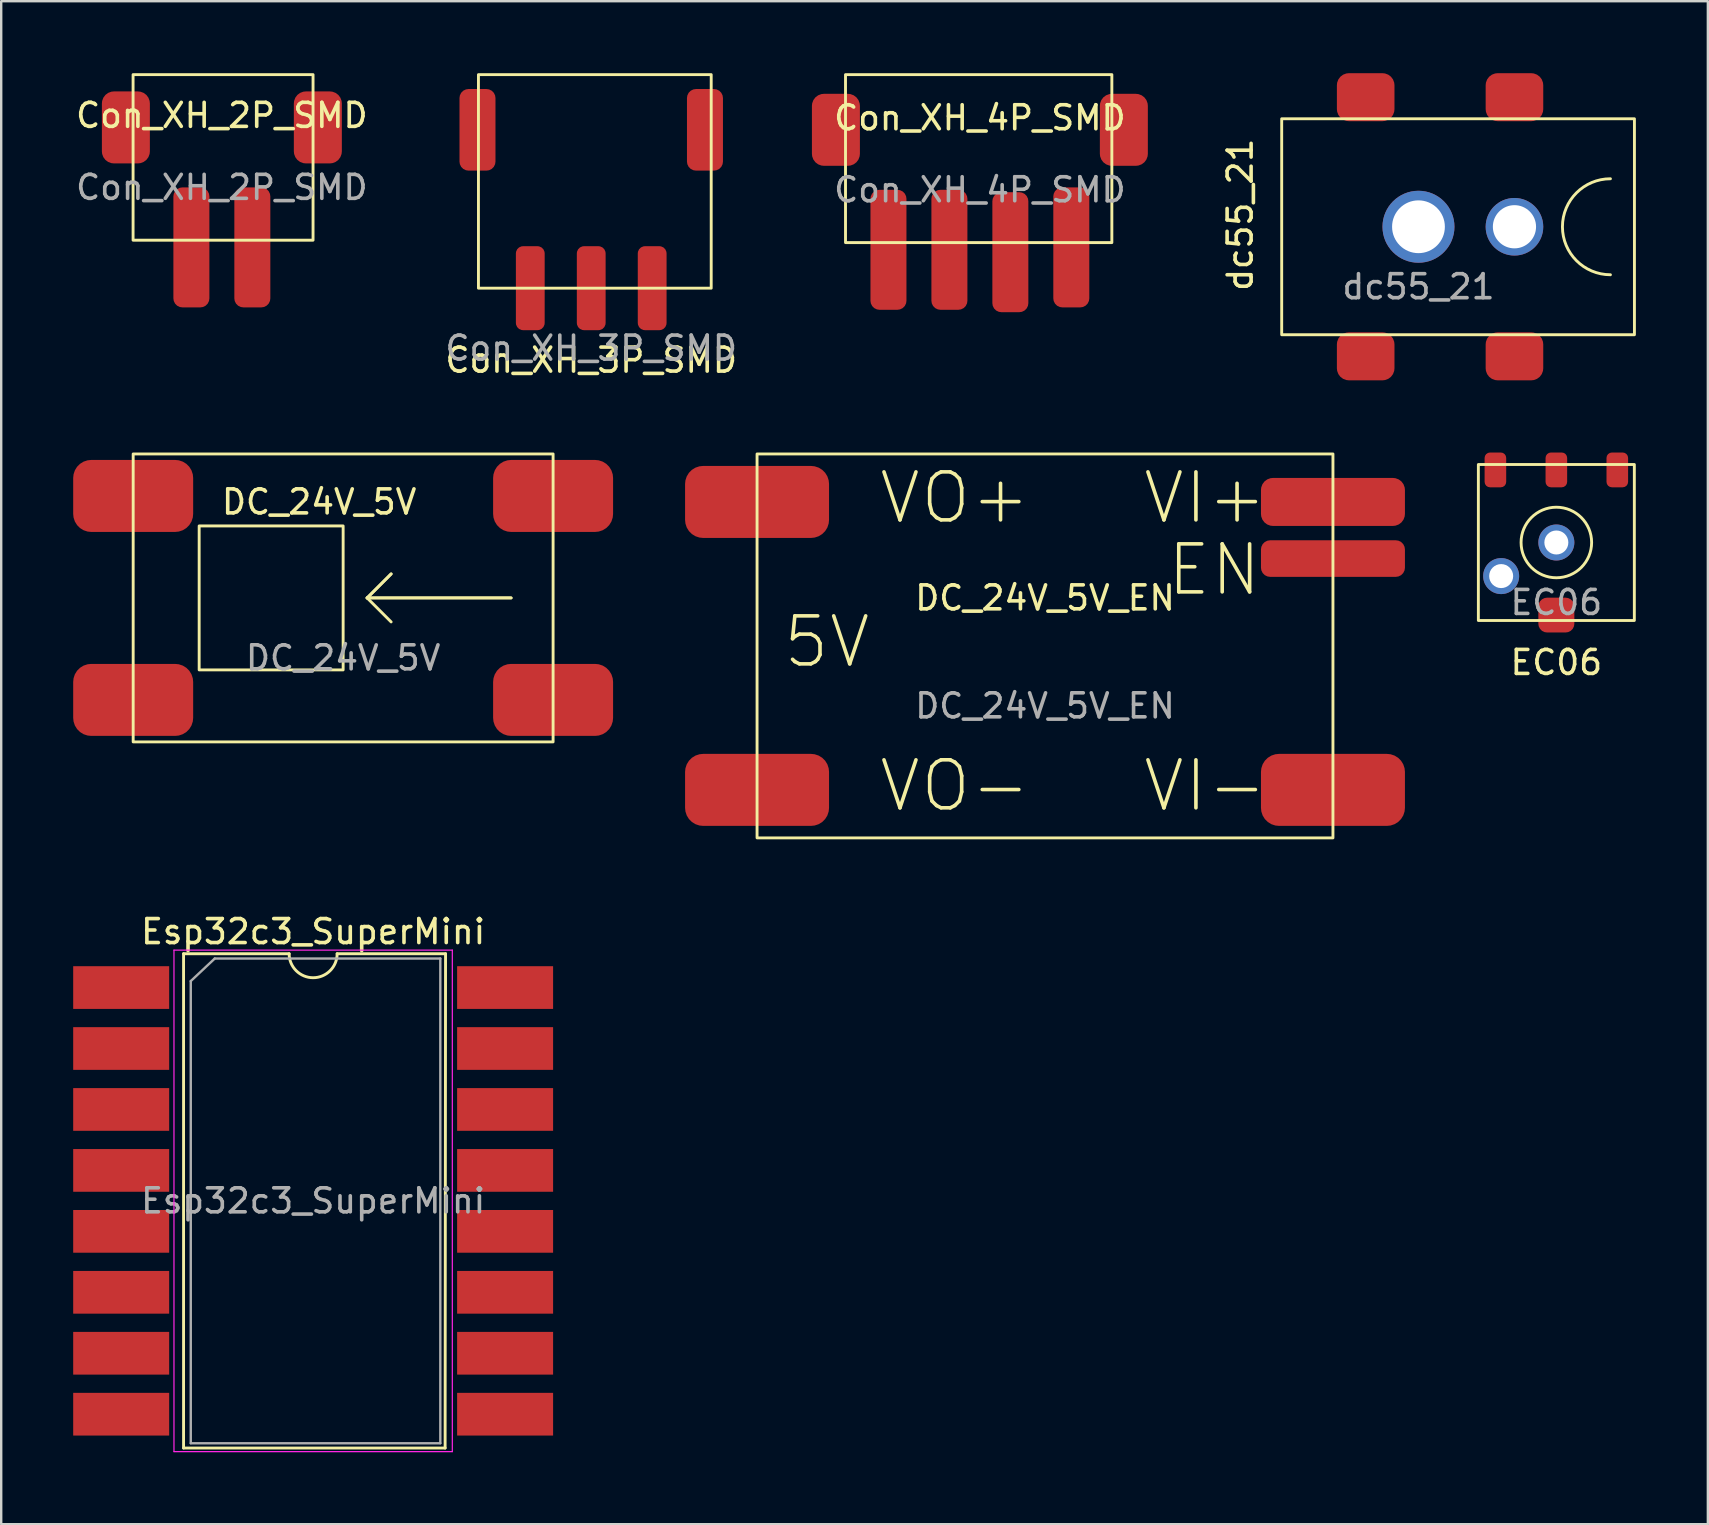
<source format=kicad_pcb>
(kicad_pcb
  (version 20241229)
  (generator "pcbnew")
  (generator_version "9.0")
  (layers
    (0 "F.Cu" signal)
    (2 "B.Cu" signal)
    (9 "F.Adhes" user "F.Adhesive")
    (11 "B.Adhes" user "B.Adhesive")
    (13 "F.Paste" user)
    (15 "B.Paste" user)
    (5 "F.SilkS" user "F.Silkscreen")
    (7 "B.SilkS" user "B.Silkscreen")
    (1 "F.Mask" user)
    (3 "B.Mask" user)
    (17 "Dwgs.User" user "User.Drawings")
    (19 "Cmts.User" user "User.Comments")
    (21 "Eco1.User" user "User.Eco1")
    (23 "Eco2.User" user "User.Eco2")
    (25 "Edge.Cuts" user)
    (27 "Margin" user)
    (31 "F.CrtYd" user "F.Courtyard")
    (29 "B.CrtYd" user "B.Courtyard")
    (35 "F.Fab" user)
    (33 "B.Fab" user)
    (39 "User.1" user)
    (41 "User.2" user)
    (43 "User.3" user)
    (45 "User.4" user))
  (footprint "Con_XH_3P_SMD"
    (layer "F.Cu")
    (at 21.589 8.96)
    (property "Reference" "Con_XH_3P_SMD" (at 0 3 0) (unlocked yes) (layer "F.SilkS") (effects (font (size 1 1) (thickness 0.15))))
    (attr smd)
    (fp_rect (start -4.7 -8.9) (end 5 0) (stroke (width 0.12) (type default)) (fill no) (layer "F.SilkS"))
    (fp_text user "${REFERENCE}" (at 0 2.5 0) (unlocked yes) (layer "F.Fab") (effects (font (size 1 1) (thickness 0.15))))
    (pad "1" smd roundrect (at -2.54 0) (size 1.2 3.5) (layers "F.Cu" "F.Mask" "F.Paste") (roundrect_rratio 0.25))
    (pad "2" smd roundrect (at 0 0) (size 1.2 3.5) (layers "F.Cu" "F.Mask" "F.Paste") (roundrect_rratio 0.25))
    (pad "3" smd roundrect (at 2.54 0) (size 1.2 3.5) (layers "F.Cu" "F.Mask" "F.Paste") (roundrect_rratio 0.25))
    (pad "MP" smd roundrect (at -4.74 -6.6) (size 1.5 3.4) (layers "F.Cu" "F.Mask" "F.Paste") (roundrect_rratio 0.25))
    (pad "MP" smd roundrect (at 4.74 -6.6) (size 1.5 3.4) (layers "F.Cu" "F.Mask" "F.Paste") (roundrect_rratio 0.25)))
  (footprint "Con_XH_4P_SMD"
    (layer "F.Cu")
    (at 37.786 2.36)
    (property "Reference" "Con_XH_4P_SMD" (at 0 -0.5 0) (unlocked yes) (layer "F.SilkS") (effects (font (size 1 1) (thickness 0.15))))
    (attr smd)
    (fp_rect (start -5.6 -2.3) (end 5.5 4.7) (stroke (width 0.12) (type default)) (fill no) (layer "F.SilkS"))
    (fp_text user "${REFERENCE}" (at 0 2.5 0) (unlocked yes) (layer "F.Fab") (effects (font (size 1 1) (thickness 0.15))))
    (pad "1" smd roundrect (at -3.81 5) (size 1.5 5) (layers "F.Cu" "F.Mask" "F.Paste") (roundrect_rratio 0.25))
    (pad "2" smd roundrect (at -1.27 5) (size 1.5 5) (layers "F.Cu" "F.Mask" "F.Paste") (roundrect_rratio 0.25))
    (pad "3" smd roundrect (at -6 0) (size 2 3) (layers "F.Cu" "F.Mask" "F.Paste") (roundrect_rratio 0.25))
    (pad "3" smd roundrect (at 1.27 5.1) (size 1.5 5) (layers "F.Cu" "F.Mask" "F.Paste") (roundrect_rratio 0.25))
    (pad "4" smd roundrect (at 3.81 4.9) (size 1.5 5) (layers "F.Cu" "F.Mask" "F.Paste") (roundrect_rratio 0.25))
    (pad "4" smd roundrect (at 6 0) (size 2 3) (layers "F.Cu" "F.Mask" "F.Paste") (roundrect_rratio 0.25)))
  (footprint "DC_24V_5V"
    (layer "F.Cu")
    (at 11.25 21.868)
    (property "Reference" "DC_24V_5V" (at -1 -4 0) (unlocked yes) (layer "F.SilkS") (effects (font (size 1 1) (thickness 0.15))))
    (attr smd)
    (fp_line (start 1 0) (end 2 -1) (stroke (width 0.12) (type default)) (layer "F.SilkS"))
    (fp_line (start 1 0) (end 2 1) (stroke (width 0.12) (type default)) (layer "F.SilkS"))
    (fp_line (start 1 0) (end 7 0) (stroke (width 0.12) (type default)) (layer "F.SilkS"))
    (fp_line (start 2 -1) (end 1 0) (stroke (width 0.12) (type default)) (layer "F.SilkS"))
    (fp_line (start 7 0) (end 1 0) (stroke (width 0.12) (type default)) (layer "F.SilkS"))
    (fp_rect (start -8.75 -6) (end 8.75 6) (stroke (width 0.12) (type default)) (fill no) (layer "F.SilkS"))
    (fp_rect (start -6 -3) (end 0 3) (stroke (width 0.12) (type default)) (fill no) (layer "F.SilkS"))
    (fp_text user "${REFERENCE}" (at 0 2.5 0) (unlocked yes) (layer "F.Fab") (effects (font (size 1 1) (thickness 0.15))))
    (pad "1" smd roundrect (at -8.75 -4.25) (size 5 3) (layers "F.Cu" "F.Mask" "F.Paste") (roundrect_rratio 0.25))
    (pad "2" smd roundrect (at -8.75 4.25) (size 5 3) (layers "F.Cu" "F.Mask" "F.Paste") (roundrect_rratio 0.25))
    (pad "3" smd roundrect (at 8.75 -4.25) (size 5 3) (layers "F.Cu" "F.Mask" "F.Paste") (roundrect_rratio 0.25))
    (pad "4" smd roundrect (at 8.75 4.25) (size 5 3) (layers "F.Cu" "F.Mask" "F.Paste") (roundrect_rratio 0.25)))
  (footprint "Esp32c3_SuperMini"
    (layer "F.Cu")
    (at 10 46.996)
    (property "Reference" "Esp32c3_SuperMini" (at 0 -11.22 0) (layer "F.SilkS") (effects (font (size 1 1) (thickness 0.15))))
    (attr smd)
    (fp_line (start -5.4 -10.3) (end -5.4 10.3) (stroke (width 0.12) (type solid)) (layer "F.SilkS"))
    (fp_line (start -5.4 10.3) (end 5.5 10.3) (stroke (width 0.12) (type solid)) (layer "F.SilkS"))
    (fp_line (start -1 -10.3) (end -5.4 -10.3) (stroke (width 0.12) (type solid)) (layer "F.SilkS"))
    (fp_line (start 5.5 10.3) (end 5.518 -10.3) (stroke (width 0.12) (type solid)) (layer "F.SilkS"))
    (fp_line (start 5.518 -10.3) (end 1 -10.3) (stroke (width 0.12) (type solid)) (layer "F.SilkS"))
    (fp_arc (start 1 -10.3) (mid 0 -9.3) (end -1 -10.3) (stroke (width 0.12) (type solid)) (layer "F.SilkS"))
    (fp_line (start -5.8 -10.45) (end -5.8 10.45) (stroke (width 0.05) (type solid)) (layer "F.CrtYd"))
    (fp_line (start -5.8 10.45) (end 5.8 10.45) (stroke (width 0.05) (type solid)) (layer "F.CrtYd"))
    (fp_line (start 5.8 -10.45) (end -5.8 -10.45) (stroke (width 0.05) (type solid)) (layer "F.CrtYd"))
    (fp_line (start 5.8 10.45) (end 5.8 -10.45) (stroke (width 0.05) (type solid)) (layer "F.CrtYd"))
    (fp_line (start -5.1 -9.16) (end -4.1 -10.1) (stroke (width 0.1) (type solid)) (layer "F.Fab"))
    (fp_line (start -5.1 10.1) (end -5.1 -9.16) (stroke (width 0.1) (type solid)) (layer "F.Fab"))
    (fp_line (start -4.1 -10.1) (end 5.3 -10.1) (stroke (width 0.1) (type solid)) (layer "F.Fab"))
    (fp_line (start 5.3 -10.1) (end 5.3 10.1) (stroke (width 0.1) (type solid)) (layer "F.Fab"))
    (fp_line (start 5.3 10.1) (end -5.1 10.1) (stroke (width 0.1) (type solid)) (layer "F.Fab"))
    (fp_text user "${REFERENCE}" (at 0 0 0) (layer "F.Fab") (effects (font (size 1 1) (thickness 0.15))))
    (pad "1" smd rect (at -8 -8.89) (size 4 1.78) (layers "F.Cu" "F.Mask" "F.Paste"))
    (pad "2" smd rect (at -8 -6.35) (size 4 1.78) (layers "F.Cu" "F.Mask" "F.Paste"))
    (pad "3" smd rect (at -8 -3.81) (size 4 1.78) (layers "F.Cu" "F.Mask" "F.Paste"))
    (pad "4" smd rect (at -8 -1.27) (size 4 1.78) (layers "F.Cu" "F.Mask" "F.Paste"))
    (pad "5" smd rect (at -8 1.27) (size 4 1.78) (layers "F.Cu" "F.Mask" "F.Paste"))
    (pad "6" smd rect (at -8 3.81) (size 4 1.78) (layers "F.Cu" "F.Mask" "F.Paste"))
    (pad "7" smd rect (at -8 6.35) (size 4 1.78) (layers "F.Cu" "F.Mask" "F.Paste"))
    (pad "8" smd rect (at -8 8.89) (size 4 1.78) (layers "F.Cu" "F.Mask" "F.Paste"))
    (pad "9" smd rect (at 8 8.89) (size 4 1.78) (layers "F.Cu" "F.Mask" "F.Paste"))
    (pad "10" smd rect (at 8 6.35) (size 4 1.78) (layers "F.Cu" "F.Mask" "F.Paste"))
    (pad "11" smd rect (at 8 3.81) (size 4 1.78) (layers "F.Cu" "F.Mask" "F.Paste"))
    (pad "12" smd rect (at 8 1.27) (size 4 1.78) (layers "F.Cu" "F.Mask" "F.Paste"))
    (pad "13" smd rect (at 8 -1.27) (size 4 1.78) (layers "F.Cu" "F.Mask" "F.Paste"))
    (pad "14" smd rect (at 8 -3.81) (size 4 1.78) (layers "F.Cu" "F.Mask" "F.Paste"))
    (pad "15" smd rect (at 8 -6.35) (size 4 1.78) (layers "F.Cu" "F.Mask" "F.Paste"))
    (pad "16" smd rect (at 8 -8.89) (size 4 1.78) (layers "F.Cu" "F.Mask" "F.Paste")))
  (footprint "DC_24V_5V_EN"
    (layer "F.Cu")
    (at 40.5 23.868)
    (property "Reference" "DC_24V_5V_EN" (at 0 -2 0) (unlocked yes) (layer "F.SilkS") (effects (font (size 1 1) (thickness 0.15))))
    (attr smd)
    (fp_rect (start -12 -8) (end 12 8) (stroke (width 0.12) (type default)) (fill no) (layer "F.SilkS"))
    (fp_text user "VI-" (at 4 7 0) (unlocked yes) (layer "F.SilkS") (effects (font (size 2 2) (thickness 0.15)) (justify left bottom)))
    (fp_text user "EN" (at 5 -2 0) (unlocked yes) (layer "F.SilkS") (effects (font (size 2 2) (thickness 0.15)) (justify left bottom)))
    (fp_text user "VI+" (at 4 -5 0) (unlocked yes) (layer "F.SilkS") (effects (font (size 2 2) (thickness 0.15)) (justify left bottom)))
    (fp_text user "VO-" (at -7 7 0) (unlocked yes) (layer "F.SilkS") (effects (font (size 2 2) (thickness 0.15)) (justify left bottom)))
    (fp_text user "VO+" (at -7 -5 0) (unlocked yes) (layer "F.SilkS") (effects (font (size 2 2) (thickness 0.15)) (justify left bottom)))
    (fp_text user "5V" (at -11 1 0) (unlocked yes) (layer "F.SilkS") (effects (font (size 2 2) (thickness 0.15)) (justify left bottom)))
    (fp_text user "${REFERENCE}" (at 0 2.5 0) (unlocked yes) (layer "F.Fab") (effects (font (size 1 1) (thickness 0.15))))
    (pad "1" smd roundrect (at -12 -6) (size 6 3) (layers "F.Cu" "F.Mask" "F.Paste") (roundrect_rratio 0.25))
    (pad "2" smd roundrect (at -12 6) (size 6 3) (layers "F.Cu" "F.Mask" "F.Paste") (roundrect_rratio 0.25))
    (pad "3" smd roundrect (at 12 -6) (size 6 2) (layers "F.Cu" "F.Mask" "F.Paste") (roundrect_rratio 0.25))
    (pad "4" smd roundrect (at 12 6) (size 6 3) (layers "F.Cu" "F.Mask" "F.Paste") (roundrect_rratio 0.25))
    (pad "5" smd roundrect (at 12 -3.64) (size 6 1.524) (layers "F.Cu" "F.Mask" "F.Paste") (roundrect_rratio 0.25)))
  (footprint "EC06"
    (layer "F.Cu")
    (at 61.81 19.558)
    (property "Reference" "EC06" (at 0 5 0) (unlocked yes) (layer "F.SilkS") (effects (font (size 1 1) (thickness 0.15))))
    (attr smd)
    (fp_rect (start -3.25 -3.25) (end 3.25 3.25) (stroke (width 0.12) (type default)) (fill no) (layer "F.SilkS"))
    (fp_circle (center 0 0) (end 1.47 0) (stroke (width 0.12) (type default)) (fill no) (layer "F.SilkS"))
    (fp_text user "${REFERENCE}" (at 0 2.5 0) (unlocked yes) (layer "F.Fab") (effects (font (size 1 1) (thickness 0.15))))
    (pad "A" smd roundrect (at -2.54 -3.025) (size 0.9 1.45) (layers "F.Cu" "F.Mask" "F.Paste") (roundrect_rratio 0.25))
    (pad "B" smd roundrect (at 2.54 -3.025) (size 0.9 1.45) (layers "F.Cu" "F.Mask" "F.Paste") (roundrect_rratio 0.25))
    (pad "C" smd roundrect (at 0 3.025) (size 1.5 1.45) (layers "F.Cu" "F.Mask" "F.Paste") (roundrect_rratio 0.25))
    (pad "E" smd roundrect (at 0 -3.025) (size 0.9 1.45) (layers "F.Cu" "F.Mask" "F.Paste") (roundrect_rratio 0.25))
    (pad "MP" thru_hole circle (at -2.3 1.4) (size 1.5 1.5) (drill 1) (layers "*.Cu" "*.Mask"))
    (pad "MP" thru_hole circle (at 0 0) (size 1.5 1.5) (drill 1) (layers "*.Cu" "*.Mask")))
  (footprint "dc55_21"
    (layer "F.Cu")
    (at 60.064 6.4)
    (property "Reference" "dc55_21" (at -11.43 -0.5 90) (unlocked yes) (layer "F.SilkS") (effects (font (size 1 1) (thickness 0.15))))
    (attr smd)
    (fp_rect (start -9.7 -4.5) (end 5 4.5) (stroke (width 0.12) (type default)) (fill no) (layer "F.SilkS"))
    (fp_arc (start 4 2) (mid 2 0) (end 4 -2) (stroke (width 0.12) (type default)) (layer "F.SilkS"))
    (fp_text user "${REFERENCE}" (at -4 2.5 0) (unlocked yes) (layer "F.Fab") (effects (font (size 1 1) (thickness 0.15))))
    (pad "1" smd roundrect (at -6.2 5.4) (size 2.4 2) (layers "F.Cu" "F.Mask" "F.Paste") (roundrect_rratio 0.25))
    (pad "1" smd roundrect (at 0 5.4) (size 2.4 2) (layers "F.Cu" "F.Mask" "F.Paste") (roundrect_rratio 0.25))
    (pad "2" smd roundrect (at 0 -5.4) (size 2.4 2) (layers "F.Cu" "F.Mask" "F.Paste") (roundrect_rratio 0.25))
    (pad "3" smd roundrect (at -6.2 -5.4) (size 2.4 2) (layers "F.Cu" "F.Mask" "F.Paste") (roundrect_rratio 0.25))
    (pad "4" thru_hole circle (at 0 0) (size 2.4 2.4) (drill 1.8) (layers "*.Cu" "*.Mask"))
    (pad "5" thru_hole circle (at -4 0) (size 3 3) (drill 2.2) (layers "*.Cu" "*.Mask")))
  (footprint "Con_XH_2P_SMD"
    (layer "F.Cu")
    (at 6.196 2.26)
    (property "Reference" "Con_XH_2P_SMD" (at 0 -0.5 0) (unlocked yes) (layer "F.SilkS") (effects (font (size 1 1) (thickness 0.15))))
    (attr smd)
    (fp_rect (start -3.7 -2.2) (end 3.8 4.7) (stroke (width 0.12) (type default)) (fill no) (layer "F.SilkS"))
    (fp_text user "${REFERENCE}" (at 0 2.5 0) (unlocked yes) (layer "F.Fab") (effects (font (size 1 1) (thickness 0.15))))
    (pad "1" smd roundrect (at -1.27 5) (size 1.5 5) (layers "F.Cu" "F.Mask" "F.Paste") (roundrect_rratio 0.25))
    (pad "2" smd roundrect (at 1.27 5) (size 1.5 5) (layers "F.Cu" "F.Mask" "F.Paste") (roundrect_rratio 0.25))
    (pad "3" smd roundrect (at -4 0) (size 2 3) (layers "F.Cu" "F.Mask" "F.Paste") (roundrect_rratio 0.25))
    (pad "4" smd roundrect (at 4 0) (size 2 3) (layers "F.Cu" "F.Mask" "F.Paste") (roundrect_rratio 0.25)))
  (gr_rect
    (start -3 -3)
    (end 68.124 60.471)
    (stroke (width 0.1) (type default))
    (fill no)
    (layer "Edge.Cuts")))
</source>
